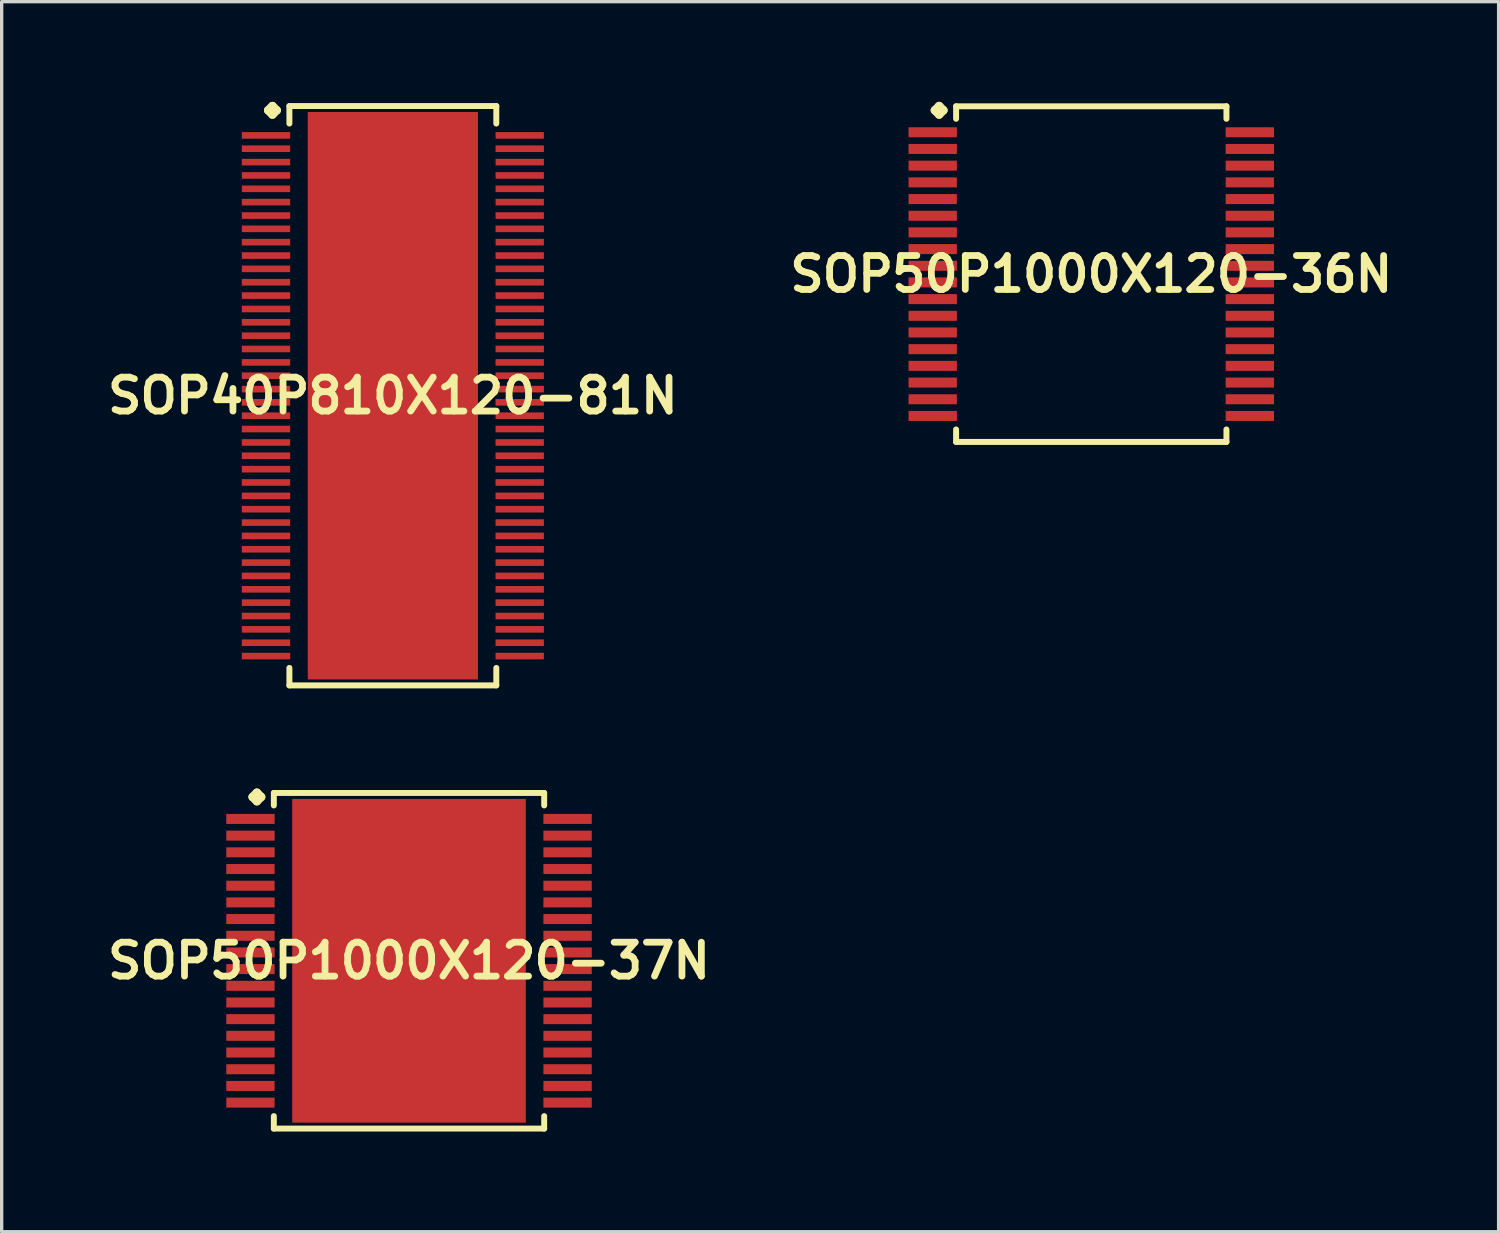
<source format=kicad_pcb>
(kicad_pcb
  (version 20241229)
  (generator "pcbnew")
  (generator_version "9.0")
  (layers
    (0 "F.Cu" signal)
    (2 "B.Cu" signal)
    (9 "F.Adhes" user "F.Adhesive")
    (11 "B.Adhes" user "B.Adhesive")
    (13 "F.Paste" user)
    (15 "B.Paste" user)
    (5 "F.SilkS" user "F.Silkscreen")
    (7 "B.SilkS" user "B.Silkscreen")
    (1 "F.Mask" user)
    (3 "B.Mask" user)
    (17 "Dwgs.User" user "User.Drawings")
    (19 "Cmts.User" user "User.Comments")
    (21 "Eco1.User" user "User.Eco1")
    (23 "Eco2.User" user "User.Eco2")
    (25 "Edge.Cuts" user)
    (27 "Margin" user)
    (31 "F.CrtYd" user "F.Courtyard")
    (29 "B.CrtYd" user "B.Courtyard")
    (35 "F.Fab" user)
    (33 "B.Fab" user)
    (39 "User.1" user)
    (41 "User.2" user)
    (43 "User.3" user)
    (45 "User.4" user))
  (footprint "SOP50P1000X120-36N"
    (layer "F.Cu")
    (at 29.639 5.161)
    (property "Reference" "SOP50P1000X120-36N" (at 0 0 0) (layer "F.SilkS") (effects (font (size 1.016 1.016) (thickness 0.203))))
    (attr smd)
    (fp_line (start -4.684 -4.907) (end -4.557 -5.034) (stroke (width 0.254) (type solid)) (layer "F.SilkS"))
    (fp_line (start -4.557 -5.034) (end -4.43 -4.907) (stroke (width 0.254) (type solid)) (layer "F.SilkS"))
    (fp_line (start -4.557 -4.78) (end -4.684 -4.907) (stroke (width 0.254) (type solid)) (layer "F.SilkS"))
    (fp_line (start -4.43 -4.907) (end -4.557 -4.78) (stroke (width 0.254) (type solid)) (layer "F.SilkS"))
    (fp_line (start -4.049 -5.027) (end 4.049 -5.027) (stroke (width 0.178) (type solid)) (layer "F.SilkS"))
    (fp_line (start -4.049 -4.653) (end -4.049 -5.027) (stroke (width 0.178) (type solid)) (layer "F.SilkS"))
    (fp_line (start -4.049 4.653) (end -4.049 5.027) (stroke (width 0.178) (type solid)) (layer "F.SilkS"))
    (fp_line (start -4.049 5.027) (end 4.049 5.027) (stroke (width 0.178) (type solid)) (layer "F.SilkS"))
    (fp_line (start 4.049 -5.027) (end 4.049 -4.653) (stroke (width 0.178) (type solid)) (layer "F.SilkS"))
    (fp_line (start 4.049 5.027) (end 4.049 4.653) (stroke (width 0.178) (type solid)) (layer "F.SilkS"))
    (pad "1" smd rect (at -4.75 -4.249) (size 1.448 0.3) (layers "F.Cu" "F.Mask" "F.Paste"))
    (pad "2" smd rect (at -4.75 -3.749) (size 1.448 0.3) (layers "F.Cu" "F.Mask" "F.Paste"))
    (pad "3" smd rect (at -4.75 -3.249) (size 1.448 0.3) (layers "F.Cu" "F.Mask" "F.Paste"))
    (pad "4" smd rect (at -4.75 -2.748) (size 1.448 0.3) (layers "F.Cu" "F.Mask" "F.Paste"))
    (pad "5" smd rect (at -4.75 -2.248) (size 1.448 0.3) (layers "F.Cu" "F.Mask" "F.Paste"))
    (pad "6" smd rect (at -4.75 -1.748) (size 1.448 0.3) (layers "F.Cu" "F.Mask" "F.Paste"))
    (pad "7" smd rect (at -4.75 -1.25) (size 1.448 0.3) (layers "F.Cu" "F.Mask" "F.Paste"))
    (pad "8" smd rect (at -4.75 -0.749) (size 1.448 0.3) (layers "F.Cu" "F.Mask" "F.Paste"))
    (pad "9" smd rect (at -4.75 -0.249) (size 1.448 0.3) (layers "F.Cu" "F.Mask" "F.Paste"))
    (pad "10" smd rect (at -4.75 0.249) (size 1.448 0.3) (layers "F.Cu" "F.Mask" "F.Paste"))
    (pad "11" smd rect (at -4.75 0.749) (size 1.448 0.3) (layers "F.Cu" "F.Mask" "F.Paste"))
    (pad "12" smd rect (at -4.75 1.25) (size 1.448 0.3) (layers "F.Cu" "F.Mask" "F.Paste"))
    (pad "13" smd rect (at -4.75 1.748) (size 1.448 0.3) (layers "F.Cu" "F.Mask" "F.Paste"))
    (pad "14" smd rect (at -4.75 2.248) (size 1.448 0.3) (layers "F.Cu" "F.Mask" "F.Paste"))
    (pad "15" smd rect (at -4.75 2.748) (size 1.448 0.3) (layers "F.Cu" "F.Mask" "F.Paste"))
    (pad "16" smd rect (at -4.75 3.249) (size 1.448 0.3) (layers "F.Cu" "F.Mask" "F.Paste"))
    (pad "17" smd rect (at -4.75 3.749) (size 1.448 0.3) (layers "F.Cu" "F.Mask" "F.Paste"))
    (pad "18" smd rect (at -4.75 4.249) (size 1.448 0.3) (layers "F.Cu" "F.Mask" "F.Paste"))
    (pad "19" smd rect (at 4.75 4.249) (size 1.448 0.3) (layers "F.Cu" "F.Mask" "F.Paste"))
    (pad "20" smd rect (at 4.75 3.749) (size 1.448 0.3) (layers "F.Cu" "F.Mask" "F.Paste"))
    (pad "21" smd rect (at 4.75 3.249) (size 1.448 0.3) (layers "F.Cu" "F.Mask" "F.Paste"))
    (pad "22" smd rect (at 4.75 2.748) (size 1.448 0.3) (layers "F.Cu" "F.Mask" "F.Paste"))
    (pad "23" smd rect (at 4.75 2.248) (size 1.448 0.3) (layers "F.Cu" "F.Mask" "F.Paste"))
    (pad "24" smd rect (at 4.75 1.748) (size 1.448 0.3) (layers "F.Cu" "F.Mask" "F.Paste"))
    (pad "25" smd rect (at 4.75 1.25) (size 1.448 0.3) (layers "F.Cu" "F.Mask" "F.Paste"))
    (pad "26" smd rect (at 4.75 0.749) (size 1.448 0.3) (layers "F.Cu" "F.Mask" "F.Paste"))
    (pad "27" smd rect (at 4.75 0.249) (size 1.448 0.3) (layers "F.Cu" "F.Mask" "F.Paste"))
    (pad "28" smd rect (at 4.75 -0.249) (size 1.448 0.3) (layers "F.Cu" "F.Mask" "F.Paste"))
    (pad "29" smd rect (at 4.75 -0.749) (size 1.448 0.3) (layers "F.Cu" "F.Mask" "F.Paste"))
    (pad "30" smd rect (at 4.75 -1.25) (size 1.448 0.3) (layers "F.Cu" "F.Mask" "F.Paste"))
    (pad "31" smd rect (at 4.75 -1.748) (size 1.448 0.3) (layers "F.Cu" "F.Mask" "F.Paste"))
    (pad "32" smd rect (at 4.75 -2.248) (size 1.448 0.3) (layers "F.Cu" "F.Mask" "F.Paste"))
    (pad "33" smd rect (at 4.75 -2.748) (size 1.448 0.3) (layers "F.Cu" "F.Mask" "F.Paste"))
    (pad "34" smd rect (at 4.75 -3.249) (size 1.448 0.3) (layers "F.Cu" "F.Mask" "F.Paste"))
    (pad "35" smd rect (at 4.75 -3.749) (size 1.448 0.3) (layers "F.Cu" "F.Mask" "F.Paste"))
    (pad "36" smd rect (at 4.75 -4.249) (size 1.448 0.3) (layers "F.Cu" "F.Mask" "F.Paste")))
  (footprint "SOP40P810X120-81N"
    (layer "F.Cu")
    (at 8.718 8.804)
    (property "Reference" "SOP40P810X120-81N" (at 0 0 0) (layer "F.SilkS") (effects (font (size 1.016 1.016) (thickness 0.203))))
    (attr smd)
    (fp_line (start -3.734 -8.55) (end -3.607 -8.677) (stroke (width 0.254) (type solid)) (layer "F.SilkS"))
    (fp_line (start -3.607 -8.677) (end -3.48 -8.55) (stroke (width 0.254) (type solid)) (layer "F.SilkS"))
    (fp_line (start -3.607 -8.423) (end -3.734 -8.55) (stroke (width 0.254) (type solid)) (layer "F.SilkS"))
    (fp_line (start -3.48 -8.55) (end -3.607 -8.423) (stroke (width 0.254) (type solid)) (layer "F.SilkS"))
    (fp_line (start -3.099 -8.677) (end 3.099 -8.677) (stroke (width 0.178) (type solid)) (layer "F.SilkS"))
    (fp_line (start -3.099 -8.153) (end -3.099 -8.677) (stroke (width 0.178) (type solid)) (layer "F.SilkS"))
    (fp_line (start -3.099 8.153) (end -3.099 8.677) (stroke (width 0.178) (type solid)) (layer "F.SilkS"))
    (fp_line (start -3.099 8.677) (end 3.099 8.677) (stroke (width 0.178) (type solid)) (layer "F.SilkS"))
    (fp_line (start 3.099 -8.677) (end 3.099 -8.153) (stroke (width 0.178) (type solid)) (layer "F.SilkS"))
    (fp_line (start 3.099 8.677) (end 3.099 8.153) (stroke (width 0.178) (type solid)) (layer "F.SilkS"))
    (pad "1" smd rect (at -3.8 -7.798) (size 1.448 0.198) (layers "F.Cu" "F.Mask" "F.Paste"))
    (pad "2" smd rect (at -3.8 -7.399) (size 1.448 0.198) (layers "F.Cu" "F.Mask" "F.Paste"))
    (pad "3" smd rect (at -3.8 -6.998) (size 1.448 0.198) (layers "F.Cu" "F.Mask" "F.Paste"))
    (pad "4" smd rect (at -3.8 -6.599) (size 1.448 0.198) (layers "F.Cu" "F.Mask" "F.Paste"))
    (pad "5" smd rect (at -3.8 -6.198) (size 1.448 0.198) (layers "F.Cu" "F.Mask" "F.Paste"))
    (pad "6" smd rect (at -3.8 -5.799) (size 1.448 0.198) (layers "F.Cu" "F.Mask" "F.Paste"))
    (pad "7" smd rect (at -3.8 -5.397) (size 1.448 0.198) (layers "F.Cu" "F.Mask" "F.Paste"))
    (pad "8" smd rect (at -3.8 -4.999) (size 1.448 0.198) (layers "F.Cu" "F.Mask" "F.Paste"))
    (pad "9" smd rect (at -3.8 -4.6) (size 1.448 0.198) (layers "F.Cu" "F.Mask" "F.Paste"))
    (pad "10" smd rect (at -3.8 -4.199) (size 1.448 0.198) (layers "F.Cu" "F.Mask" "F.Paste"))
    (pad "11" smd rect (at -3.8 -3.8) (size 1.448 0.198) (layers "F.Cu" "F.Mask" "F.Paste"))
    (pad "12" smd rect (at -3.8 -3.399) (size 1.448 0.198) (layers "F.Cu" "F.Mask" "F.Paste"))
    (pad "13" smd rect (at -3.8 -3) (size 1.448 0.198) (layers "F.Cu" "F.Mask" "F.Paste"))
    (pad "14" smd rect (at -3.8 -2.598) (size 1.448 0.198) (layers "F.Cu" "F.Mask" "F.Paste"))
    (pad "15" smd rect (at -3.8 -2.2) (size 1.448 0.198) (layers "F.Cu" "F.Mask" "F.Paste"))
    (pad "16" smd rect (at -3.8 -1.798) (size 1.448 0.198) (layers "F.Cu" "F.Mask" "F.Paste"))
    (pad "17" smd rect (at -3.8 -1.4) (size 1.448 0.198) (layers "F.Cu" "F.Mask" "F.Paste"))
    (pad "18" smd rect (at -3.8 -0.998) (size 1.448 0.198) (layers "F.Cu" "F.Mask" "F.Paste"))
    (pad "19" smd rect (at -3.8 -0.599) (size 1.448 0.198) (layers "F.Cu" "F.Mask" "F.Paste"))
    (pad "20" smd rect (at -3.8 -0.198) (size 1.448 0.198) (layers "F.Cu" "F.Mask" "F.Paste"))
    (pad "21" smd rect (at -3.8 0.198) (size 1.448 0.198) (layers "F.Cu" "F.Mask" "F.Paste"))
    (pad "22" smd rect (at -3.8 0.599) (size 1.448 0.198) (layers "F.Cu" "F.Mask" "F.Paste"))
    (pad "23" smd rect (at -3.8 0.998) (size 1.448 0.198) (layers "F.Cu" "F.Mask" "F.Paste"))
    (pad "24" smd rect (at -3.8 1.4) (size 1.448 0.198) (layers "F.Cu" "F.Mask" "F.Paste"))
    (pad "25" smd rect (at -3.8 1.798) (size 1.448 0.198) (layers "F.Cu" "F.Mask" "F.Paste"))
    (pad "26" smd rect (at -3.8 2.2) (size 1.448 0.198) (layers "F.Cu" "F.Mask" "F.Paste"))
    (pad "27" smd rect (at -3.8 2.598) (size 1.448 0.198) (layers "F.Cu" "F.Mask" "F.Paste"))
    (pad "28" smd rect (at -3.8 3) (size 1.448 0.198) (layers "F.Cu" "F.Mask" "F.Paste"))
    (pad "29" smd rect (at -3.8 3.399) (size 1.448 0.198) (layers "F.Cu" "F.Mask" "F.Paste"))
    (pad "30" smd rect (at -3.8 3.8) (size 1.448 0.198) (layers "F.Cu" "F.Mask" "F.Paste"))
    (pad "31" smd rect (at -3.8 4.199) (size 1.448 0.198) (layers "F.Cu" "F.Mask" "F.Paste"))
    (pad "32" smd rect (at -3.8 4.6) (size 1.448 0.198) (layers "F.Cu" "F.Mask" "F.Paste"))
    (pad "33" smd rect (at -3.8 4.999) (size 1.448 0.198) (layers "F.Cu" "F.Mask" "F.Paste"))
    (pad "34" smd rect (at -3.8 5.397) (size 1.448 0.198) (layers "F.Cu" "F.Mask" "F.Paste"))
    (pad "35" smd rect (at -3.8 5.799) (size 1.448 0.198) (layers "F.Cu" "F.Mask" "F.Paste"))
    (pad "36" smd rect (at -3.8 6.198) (size 1.448 0.198) (layers "F.Cu" "F.Mask" "F.Paste"))
    (pad "37" smd rect (at -3.8 6.599) (size 1.448 0.198) (layers "F.Cu" "F.Mask" "F.Paste"))
    (pad "38" smd rect (at -3.8 6.998) (size 1.448 0.198) (layers "F.Cu" "F.Mask" "F.Paste"))
    (pad "39" smd rect (at -3.8 7.399) (size 1.448 0.198) (layers "F.Cu" "F.Mask" "F.Paste"))
    (pad "40" smd rect (at -3.8 7.798) (size 1.448 0.198) (layers "F.Cu" "F.Mask" "F.Paste"))
    (pad "41" smd rect (at 3.8 7.798) (size 1.448 0.198) (layers "F.Cu" "F.Mask" "F.Paste"))
    (pad "42" smd rect (at 3.8 7.399) (size 1.448 0.198) (layers "F.Cu" "F.Mask" "F.Paste"))
    (pad "43" smd rect (at 3.8 6.998) (size 1.448 0.198) (layers "F.Cu" "F.Mask" "F.Paste"))
    (pad "44" smd rect (at 3.8 6.599) (size 1.448 0.198) (layers "F.Cu" "F.Mask" "F.Paste"))
    (pad "45" smd rect (at 3.8 6.198) (size 1.448 0.198) (layers "F.Cu" "F.Mask" "F.Paste"))
    (pad "46" smd rect (at 3.8 5.799) (size 1.448 0.198) (layers "F.Cu" "F.Mask" "F.Paste"))
    (pad "47" smd rect (at 3.8 5.397) (size 1.448 0.198) (layers "F.Cu" "F.Mask" "F.Paste"))
    (pad "48" smd rect (at 3.8 4.999) (size 1.448 0.198) (layers "F.Cu" "F.Mask" "F.Paste"))
    (pad "49" smd rect (at 3.8 4.6) (size 1.448 0.198) (layers "F.Cu" "F.Mask" "F.Paste"))
    (pad "50" smd rect (at 3.8 4.199) (size 1.448 0.198) (layers "F.Cu" "F.Mask" "F.Paste"))
    (pad "51" smd rect (at 3.8 3.8) (size 1.448 0.198) (layers "F.Cu" "F.Mask" "F.Paste"))
    (pad "52" smd rect (at 3.8 3.399) (size 1.448 0.198) (layers "F.Cu" "F.Mask" "F.Paste"))
    (pad "53" smd rect (at 3.8 3) (size 1.448 0.198) (layers "F.Cu" "F.Mask" "F.Paste"))
    (pad "54" smd rect (at 3.8 2.598) (size 1.448 0.198) (layers "F.Cu" "F.Mask" "F.Paste"))
    (pad "55" smd rect (at 3.8 2.2) (size 1.448 0.198) (layers "F.Cu" "F.Mask" "F.Paste"))
    (pad "56" smd rect (at 3.8 1.798) (size 1.448 0.198) (layers "F.Cu" "F.Mask" "F.Paste"))
    (pad "57" smd rect (at 3.8 1.4) (size 1.448 0.198) (layers "F.Cu" "F.Mask" "F.Paste"))
    (pad "58" smd rect (at 3.8 0.998) (size 1.448 0.198) (layers "F.Cu" "F.Mask" "F.Paste"))
    (pad "59" smd rect (at 3.8 0.599) (size 1.448 0.198) (layers "F.Cu" "F.Mask" "F.Paste"))
    (pad "60" smd rect (at 3.8 0.198) (size 1.448 0.198) (layers "F.Cu" "F.Mask" "F.Paste"))
    (pad "61" smd rect (at 3.8 -0.198) (size 1.448 0.198) (layers "F.Cu" "F.Mask" "F.Paste"))
    (pad "62" smd rect (at 3.8 -0.599) (size 1.448 0.198) (layers "F.Cu" "F.Mask" "F.Paste"))
    (pad "63" smd rect (at 3.8 -0.998) (size 1.448 0.198) (layers "F.Cu" "F.Mask" "F.Paste"))
    (pad "64" smd rect (at 3.8 -1.4) (size 1.448 0.198) (layers "F.Cu" "F.Mask" "F.Paste"))
    (pad "65" smd rect (at 3.8 -1.798) (size 1.448 0.198) (layers "F.Cu" "F.Mask" "F.Paste"))
    (pad "66" smd rect (at 3.8 -2.2) (size 1.448 0.198) (layers "F.Cu" "F.Mask" "F.Paste"))
    (pad "67" smd rect (at 3.8 -2.598) (size 1.448 0.198) (layers "F.Cu" "F.Mask" "F.Paste"))
    (pad "68" smd rect (at 3.8 -3) (size 1.448 0.198) (layers "F.Cu" "F.Mask" "F.Paste"))
    (pad "69" smd rect (at 3.8 -3.399) (size 1.448 0.198) (layers "F.Cu" "F.Mask" "F.Paste"))
    (pad "70" smd rect (at 3.8 -3.8) (size 1.448 0.198) (layers "F.Cu" "F.Mask" "F.Paste"))
    (pad "71" smd rect (at 3.8 -4.199) (size 1.448 0.198) (layers "F.Cu" "F.Mask" "F.Paste"))
    (pad "72" smd rect (at 3.8 -4.6) (size 1.448 0.198) (layers "F.Cu" "F.Mask" "F.Paste"))
    (pad "73" smd rect (at 3.8 -4.999) (size 1.448 0.198) (layers "F.Cu" "F.Mask" "F.Paste"))
    (pad "74" smd rect (at 3.8 -5.397) (size 1.448 0.198) (layers "F.Cu" "F.Mask" "F.Paste"))
    (pad "75" smd rect (at 3.8 -5.799) (size 1.448 0.198) (layers "F.Cu" "F.Mask" "F.Paste"))
    (pad "76" smd rect (at 3.8 -6.198) (size 1.448 0.198) (layers "F.Cu" "F.Mask" "F.Paste"))
    (pad "77" smd rect (at 3.8 -6.599) (size 1.448 0.198) (layers "F.Cu" "F.Mask" "F.Paste"))
    (pad "78" smd rect (at 3.8 -6.998) (size 1.448 0.198) (layers "F.Cu" "F.Mask" "F.Paste"))
    (pad "79" smd rect (at 3.8 -7.399) (size 1.448 0.198) (layers "F.Cu" "F.Mask" "F.Paste"))
    (pad "80" smd rect (at 3.8 -7.798) (size 1.448 0.198) (layers "F.Cu" "F.Mask" "F.Paste"))
    (pad "81" smd rect (at 0 0) (size 5.098 16.998) (layers "F.Cu" "F.Mask" "F.Paste")))
  (footprint "SOP50P1000X120-37N"
    (layer "F.Cu")
    (at 9.202 25.73)
    (property "Reference" "SOP50P1000X120-37N" (at 0 0 0) (layer "F.SilkS") (effects (font (size 1.016 1.016) (thickness 0.203))))
    (attr smd)
    (fp_line (start -4.684 -4.907) (end -4.557 -5.034) (stroke (width 0.254) (type solid)) (layer "F.SilkS"))
    (fp_line (start -4.557 -5.034) (end -4.43 -4.907) (stroke (width 0.254) (type solid)) (layer "F.SilkS"))
    (fp_line (start -4.557 -4.78) (end -4.684 -4.907) (stroke (width 0.254) (type solid)) (layer "F.SilkS"))
    (fp_line (start -4.43 -4.907) (end -4.557 -4.78) (stroke (width 0.254) (type solid)) (layer "F.SilkS"))
    (fp_line (start -4.049 -5.027) (end 4.049 -5.027) (stroke (width 0.178) (type solid)) (layer "F.SilkS"))
    (fp_line (start -4.049 -4.653) (end -4.049 -5.027) (stroke (width 0.178) (type solid)) (layer "F.SilkS"))
    (fp_line (start -4.049 4.653) (end -4.049 5.027) (stroke (width 0.178) (type solid)) (layer "F.SilkS"))
    (fp_line (start -4.049 5.027) (end 4.049 5.027) (stroke (width 0.178) (type solid)) (layer "F.SilkS"))
    (fp_line (start 4.049 -5.027) (end 4.049 -4.653) (stroke (width 0.178) (type solid)) (layer "F.SilkS"))
    (fp_line (start 4.049 5.027) (end 4.049 4.653) (stroke (width 0.178) (type solid)) (layer "F.SilkS"))
    (pad "1" smd rect (at -4.75 -4.249) (size 1.448 0.3) (layers "F.Cu" "F.Mask" "F.Paste"))
    (pad "2" smd rect (at -4.75 -3.749) (size 1.448 0.3) (layers "F.Cu" "F.Mask" "F.Paste"))
    (pad "3" smd rect (at -4.75 -3.249) (size 1.448 0.3) (layers "F.Cu" "F.Mask" "F.Paste"))
    (pad "4" smd rect (at -4.75 -2.748) (size 1.448 0.3) (layers "F.Cu" "F.Mask" "F.Paste"))
    (pad "5" smd rect (at -4.75 -2.248) (size 1.448 0.3) (layers "F.Cu" "F.Mask" "F.Paste"))
    (pad "6" smd rect (at -4.75 -1.748) (size 1.448 0.3) (layers "F.Cu" "F.Mask" "F.Paste"))
    (pad "7" smd rect (at -4.75 -1.25) (size 1.448 0.3) (layers "F.Cu" "F.Mask" "F.Paste"))
    (pad "8" smd rect (at -4.75 -0.749) (size 1.448 0.3) (layers "F.Cu" "F.Mask" "F.Paste"))
    (pad "9" smd rect (at -4.75 -0.249) (size 1.448 0.3) (layers "F.Cu" "F.Mask" "F.Paste"))
    (pad "10" smd rect (at -4.75 0.249) (size 1.448 0.3) (layers "F.Cu" "F.Mask" "F.Paste"))
    (pad "11" smd rect (at -4.75 0.749) (size 1.448 0.3) (layers "F.Cu" "F.Mask" "F.Paste"))
    (pad "12" smd rect (at -4.75 1.25) (size 1.448 0.3) (layers "F.Cu" "F.Mask" "F.Paste"))
    (pad "13" smd rect (at -4.75 1.748) (size 1.448 0.3) (layers "F.Cu" "F.Mask" "F.Paste"))
    (pad "14" smd rect (at -4.75 2.248) (size 1.448 0.3) (layers "F.Cu" "F.Mask" "F.Paste"))
    (pad "15" smd rect (at -4.75 2.748) (size 1.448 0.3) (layers "F.Cu" "F.Mask" "F.Paste"))
    (pad "16" smd rect (at -4.75 3.249) (size 1.448 0.3) (layers "F.Cu" "F.Mask" "F.Paste"))
    (pad "17" smd rect (at -4.75 3.749) (size 1.448 0.3) (layers "F.Cu" "F.Mask" "F.Paste"))
    (pad "18" smd rect (at -4.75 4.249) (size 1.448 0.3) (layers "F.Cu" "F.Mask" "F.Paste"))
    (pad "19" smd rect (at 4.75 4.249) (size 1.448 0.3) (layers "F.Cu" "F.Mask" "F.Paste"))
    (pad "20" smd rect (at 4.75 3.749) (size 1.448 0.3) (layers "F.Cu" "F.Mask" "F.Paste"))
    (pad "21" smd rect (at 4.75 3.249) (size 1.448 0.3) (layers "F.Cu" "F.Mask" "F.Paste"))
    (pad "22" smd rect (at 4.75 2.748) (size 1.448 0.3) (layers "F.Cu" "F.Mask" "F.Paste"))
    (pad "23" smd rect (at 4.75 2.248) (size 1.448 0.3) (layers "F.Cu" "F.Mask" "F.Paste"))
    (pad "24" smd rect (at 4.75 1.748) (size 1.448 0.3) (layers "F.Cu" "F.Mask" "F.Paste"))
    (pad "25" smd rect (at 4.75 1.25) (size 1.448 0.3) (layers "F.Cu" "F.Mask" "F.Paste"))
    (pad "26" smd rect (at 4.75 0.749) (size 1.448 0.3) (layers "F.Cu" "F.Mask" "F.Paste"))
    (pad "27" smd rect (at 4.75 0.249) (size 1.448 0.3) (layers "F.Cu" "F.Mask" "F.Paste"))
    (pad "28" smd rect (at 4.75 -0.249) (size 1.448 0.3) (layers "F.Cu" "F.Mask" "F.Paste"))
    (pad "29" smd rect (at 4.75 -0.749) (size 1.448 0.3) (layers "F.Cu" "F.Mask" "F.Paste"))
    (pad "30" smd rect (at 4.75 -1.25) (size 1.448 0.3) (layers "F.Cu" "F.Mask" "F.Paste"))
    (pad "31" smd rect (at 4.75 -1.748) (size 1.448 0.3) (layers "F.Cu" "F.Mask" "F.Paste"))
    (pad "32" smd rect (at 4.75 -2.248) (size 1.448 0.3) (layers "F.Cu" "F.Mask" "F.Paste"))
    (pad "33" smd rect (at 4.75 -2.748) (size 1.448 0.3) (layers "F.Cu" "F.Mask" "F.Paste"))
    (pad "34" smd rect (at 4.75 -3.249) (size 1.448 0.3) (layers "F.Cu" "F.Mask" "F.Paste"))
    (pad "35" smd rect (at 4.75 -3.749) (size 1.448 0.3) (layers "F.Cu" "F.Mask" "F.Paste"))
    (pad "36" smd rect (at 4.75 -4.249) (size 1.448 0.3) (layers "F.Cu" "F.Mask" "F.Paste"))
    (pad "37" smd rect (at 0 0) (size 6.998 9.698) (layers "F.Cu" "F.Mask" "F.Paste")))
  (gr_rect
    (start -3 -3)
    (end 41.841 33.846)
    (stroke (width 0.1) (type default))
    (fill no)
    (layer "Edge.Cuts")))
</source>
